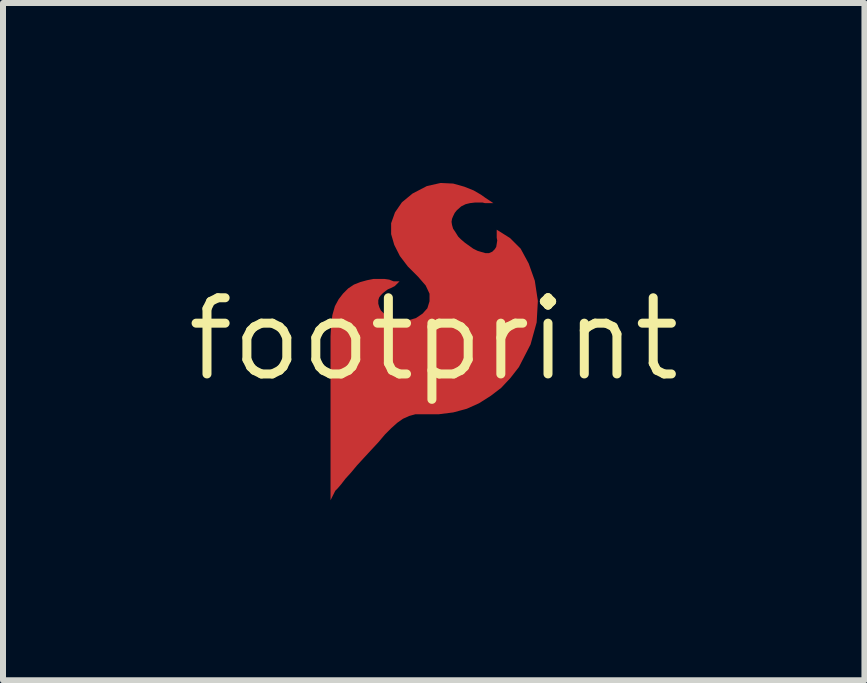
<source format=kicad_pcb>
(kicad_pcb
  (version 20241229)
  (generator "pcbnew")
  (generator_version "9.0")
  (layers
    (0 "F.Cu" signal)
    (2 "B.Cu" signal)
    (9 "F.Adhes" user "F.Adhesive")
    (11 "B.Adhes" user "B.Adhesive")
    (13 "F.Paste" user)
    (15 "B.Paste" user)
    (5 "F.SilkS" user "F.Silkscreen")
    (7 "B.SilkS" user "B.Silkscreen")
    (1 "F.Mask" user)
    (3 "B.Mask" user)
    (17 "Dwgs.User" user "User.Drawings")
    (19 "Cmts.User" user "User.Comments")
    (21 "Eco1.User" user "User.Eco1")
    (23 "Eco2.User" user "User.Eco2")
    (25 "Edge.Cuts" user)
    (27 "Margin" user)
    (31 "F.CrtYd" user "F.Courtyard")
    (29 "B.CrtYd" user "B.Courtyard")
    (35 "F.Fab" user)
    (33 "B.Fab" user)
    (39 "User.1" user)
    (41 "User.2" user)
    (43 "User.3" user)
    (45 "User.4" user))
  (footprint "footprint"
    (layer "F.Cu")
    (at 4.18 2.604)
    (property "Reference" "footprint" (at 0 0 0) (layer "F.SilkS") (effects (font (size 1.27 1.27) (thickness 0.15))))
    (fp_poly (pts (xy 0.324 -2.594) (xy 0.51 -2.542) (xy 0.665 -2.48) (xy 0.789 -2.408) (xy 0.86 -2.357) (xy 0.994 -2.268) (xy 0.853 -2.268) (xy 0.813 -2.278) (xy 0.69 -2.278) (xy 0.605 -2.268) (xy 0.531 -2.25) (xy 0.459 -2.214) (xy 0.386 -2.15) (xy 0.35 -2.105) (xy 0.323 -2.05) (xy 0.305 -2.006) (xy 0.297 -1.956) (xy 0.305 -1.904) (xy 0.323 -1.842) (xy 0.36 -1.787) (xy 0.408 -1.71) (xy 0.454 -1.664) (xy 0.522 -1.606) (xy 0.658 -1.509) (xy 0.732 -1.472) (xy 0.863 -1.434) (xy 0.92 -1.434) (xy 0.976 -1.458) (xy 1.018 -1.5) (xy 1.042 -1.539) (xy 1.059 -1.645) (xy 1.05 -1.692) (xy 1.05 -1.825) (xy 1.272 -1.686) (xy 1.449 -1.509) (xy 1.583 -1.262) (xy 1.685 -0.975) (xy 1.736 -0.638) (xy 1.716 -0.28) (xy 1.614 0.088) (xy 1.42 0.465) (xy 1.277 0.649) (xy 1.124 0.812) (xy 0.95 0.945) (xy 0.756 1.068) (xy 0.551 1.16) (xy 0.325 1.221) (xy 0.08 1.252) (xy -0.307 1.252) (xy -0.409 1.28) (xy -0.513 1.327) (xy -0.608 1.394) (xy -0.706 1.482) (xy -0.814 1.59) (xy -0.923 1.719) (xy -1.054 1.86) (xy -1.174 1.99) (xy -1.283 2.109) (xy -1.383 2.229) (xy -1.473 2.328) (xy -1.542 2.418) (xy -1.604 2.49) (xy -1.641 2.527) (xy -1.72 2.685) (xy -1.72 -0.047) (xy -1.71 -0.239) (xy -1.689 -0.404) (xy -1.647 -0.551) (xy -1.584 -0.667) (xy -1.511 -0.761) (xy -1.426 -0.846) (xy -1.33 -0.91) (xy -1.224 -0.952) (xy -1.111 -0.983) (xy -1.006 -1.004) (xy -0.819 -1.004) (xy -0.742 -0.993) (xy -0.689 -0.972) (xy -0.666 -0.964) (xy -0.57 -0.964) (xy -0.649 -0.885) (xy -0.716 -0.851) (xy -0.763 -0.832) (xy -0.799 -0.806) (xy -0.847 -0.768) (xy -0.883 -0.731) (xy -0.908 -0.698) (xy -0.924 -0.65) (xy -0.924 -0.591) (xy -0.906 -0.53) (xy -0.881 -0.479) (xy -0.826 -0.424) (xy -0.763 -0.37) (xy -0.681 -0.342) (xy -0.577 -0.314) (xy -0.427 -0.314) (xy -0.298 -0.351) (xy -0.187 -0.425) (xy -0.106 -0.515) (xy -0.07 -0.632) (xy -0.07 -0.758) (xy -0.134 -0.895) (xy -0.26 -1.04) (xy -0.431 -1.211) (xy -0.564 -1.386) (xy -0.658 -1.572) (xy -0.71 -1.751) (xy -0.71 -1.933) (xy -0.646 -2.113) (xy -0.53 -2.282) (xy -0.353 -2.428) (xy -0.115 -2.552) (xy 0.115 -2.604)) (stroke (width 0) (type solid)) (fill yes) (layer "F.Cu"))
    (fp_poly (pts (xy 0.324 -2.594) (xy 0.51 -2.542) (xy 0.665 -2.48) (xy 0.789 -2.408) (xy 0.86 -2.357) (xy 0.994 -2.268) (xy 0.853 -2.268) (xy 0.813 -2.278) (xy 0.69 -2.278) (xy 0.605 -2.268) (xy 0.531 -2.25) (xy 0.459 -2.214) (xy 0.386 -2.15) (xy 0.35 -2.105) (xy 0.323 -2.05) (xy 0.305 -2.006) (xy 0.297 -1.956) (xy 0.305 -1.904) (xy 0.323 -1.842) (xy 0.36 -1.787) (xy 0.408 -1.71) (xy 0.454 -1.664) (xy 0.522 -1.606) (xy 0.658 -1.509) (xy 0.732 -1.472) (xy 0.863 -1.434) (xy 0.92 -1.434) (xy 0.976 -1.458) (xy 1.018 -1.5) (xy 1.042 -1.539) (xy 1.059 -1.645) (xy 1.05 -1.692) (xy 1.05 -1.825) (xy 1.272 -1.686) (xy 1.449 -1.509) (xy 1.583 -1.262) (xy 1.685 -0.975) (xy 1.736 -0.638) (xy 1.716 -0.28) (xy 1.614 0.088) (xy 1.42 0.465) (xy 1.277 0.649) (xy 1.124 0.812) (xy 0.95 0.945) (xy 0.756 1.068) (xy 0.551 1.16) (xy 0.325 1.221) (xy 0.08 1.252) (xy -0.307 1.252) (xy -0.409 1.28) (xy -0.513 1.327) (xy -0.608 1.394) (xy -0.706 1.482) (xy -0.814 1.59) (xy -0.923 1.719) (xy -1.054 1.86) (xy -1.174 1.99) (xy -1.283 2.109) (xy -1.383 2.229) (xy -1.473 2.328) (xy -1.542 2.418) (xy -1.604 2.49) (xy -1.641 2.527) (xy -1.72 2.685) (xy -1.72 -0.047) (xy -1.71 -0.239) (xy -1.689 -0.404) (xy -1.647 -0.551) (xy -1.584 -0.667) (xy -1.511 -0.761) (xy -1.426 -0.846) (xy -1.33 -0.91) (xy -1.224 -0.952) (xy -1.111 -0.983) (xy -1.006 -1.004) (xy -0.819 -1.004) (xy -0.742 -0.993) (xy -0.689 -0.972) (xy -0.666 -0.964) (xy -0.57 -0.964) (xy -0.649 -0.885) (xy -0.716 -0.851) (xy -0.763 -0.832) (xy -0.799 -0.806) (xy -0.847 -0.768) (xy -0.883 -0.731) (xy -0.908 -0.698) (xy -0.924 -0.65) (xy -0.924 -0.591) (xy -0.906 -0.53) (xy -0.881 -0.479) (xy -0.826 -0.424) (xy -0.763 -0.37) (xy -0.681 -0.342) (xy -0.577 -0.314) (xy -0.427 -0.314) (xy -0.298 -0.351) (xy -0.187 -0.425) (xy -0.106 -0.515) (xy -0.07 -0.632) (xy -0.07 -0.758) (xy -0.134 -0.895) (xy -0.26 -1.04) (xy -0.431 -1.211) (xy -0.564 -1.386) (xy -0.658 -1.572) (xy -0.71 -1.751) (xy -0.71 -1.933) (xy -0.646 -2.113) (xy -0.53 -2.282) (xy -0.353 -2.428) (xy -0.115 -2.552) (xy 0.115 -2.604)) (stroke (width 0) (type solid)) (fill yes) (layer "F.Mask")))
  (gr_rect
    (start -3 -3)
    (end 11.36 8.29)
    (stroke (width 0.1) (type default))
    (fill no)
    (layer "Edge.Cuts")))
</source>
